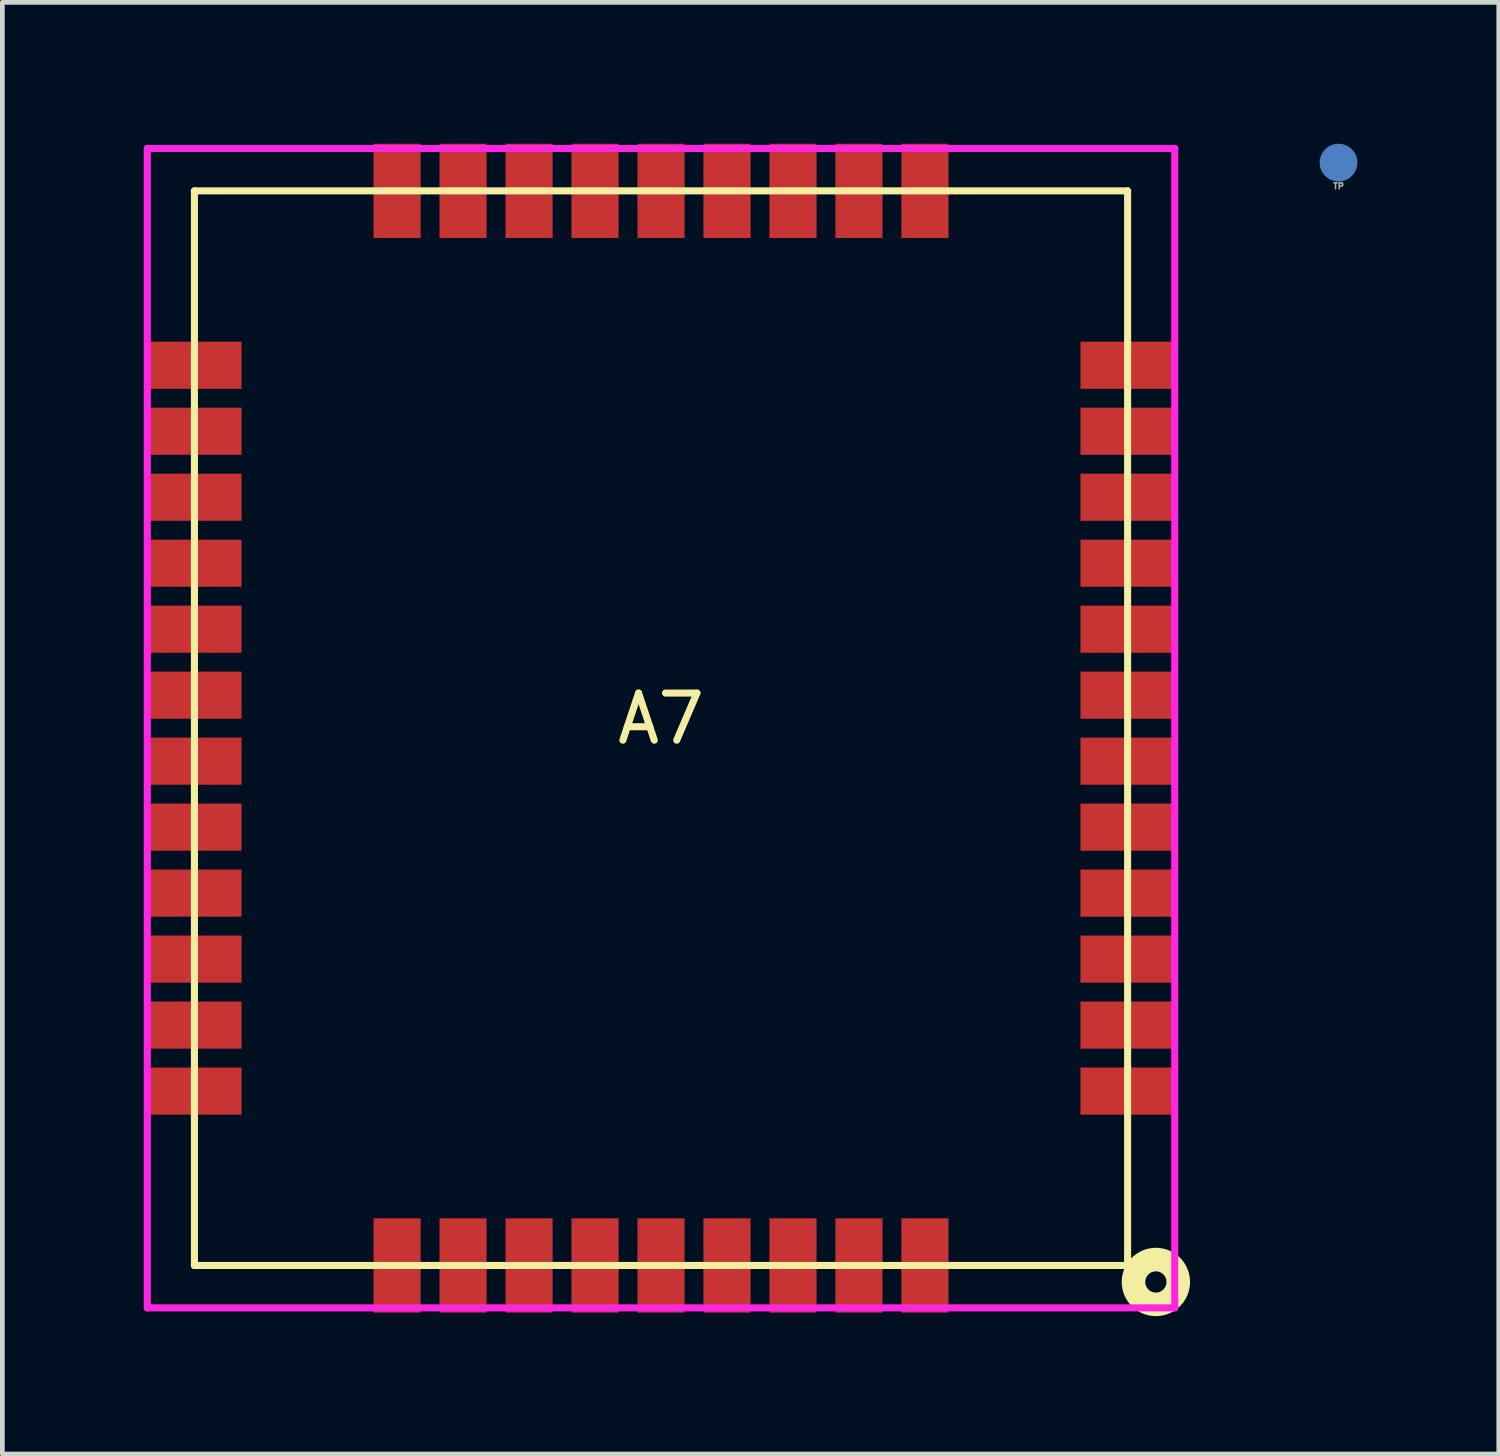
<source format=kicad_pcb>
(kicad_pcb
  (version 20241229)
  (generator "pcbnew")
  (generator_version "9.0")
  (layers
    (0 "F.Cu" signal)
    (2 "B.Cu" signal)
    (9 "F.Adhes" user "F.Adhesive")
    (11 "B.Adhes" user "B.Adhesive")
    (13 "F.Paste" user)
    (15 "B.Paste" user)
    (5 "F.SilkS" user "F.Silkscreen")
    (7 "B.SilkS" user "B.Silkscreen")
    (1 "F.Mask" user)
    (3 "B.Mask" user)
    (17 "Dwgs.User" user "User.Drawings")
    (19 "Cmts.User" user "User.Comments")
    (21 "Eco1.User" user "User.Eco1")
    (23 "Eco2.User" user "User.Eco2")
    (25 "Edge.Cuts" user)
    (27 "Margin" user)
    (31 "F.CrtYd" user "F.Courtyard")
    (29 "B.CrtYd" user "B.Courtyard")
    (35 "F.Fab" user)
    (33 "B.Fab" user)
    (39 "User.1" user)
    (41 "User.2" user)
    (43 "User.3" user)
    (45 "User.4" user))
  (footprint "A7"
    (layer "F.Cu")
    (at 10.975 12.4)
    (property "Reference" "A7" (at 0 -0.2 0) (layer "F.SilkS") (effects (font (size 1 1) (thickness 0.15))))
    (attr through_hole)
    (fp_line (start -9.9 -11.4) (end 9.9 -11.4) (stroke (width 0.15) (type solid)) (layer "F.SilkS"))
    (fp_line (start -9.9 11.4) (end -9.9 -11.4) (stroke (width 0.15) (type solid)) (layer "F.SilkS"))
    (fp_line (start 9.9 -11.4) (end 9.9 11.4) (stroke (width 0.15) (type solid)) (layer "F.SilkS"))
    (fp_line (start 9.9 11.4) (end -9.9 11.4) (stroke (width 0.15) (type solid)) (layer "F.SilkS"))
    (fp_circle (center 10.5 11.75) (end 10.725 11.75) (stroke (width 0.5) (type solid)) (fill no) (layer "F.SilkS"))
    (fp_line (start -10.9 -12.3) (end -10.9 12.3) (stroke (width 0.15) (type solid)) (layer "F.CrtYd"))
    (fp_line (start -10.9 12.3) (end 10.9 12.3) (stroke (width 0.15) (type solid)) (layer "F.CrtYd"))
    (fp_line (start 10.9 -12.3) (end -10.9 -12.3) (stroke (width 0.15) (type solid)) (layer "F.CrtYd"))
    (fp_line (start 10.9 12.3) (end 10.9 -12.3) (stroke (width 0.15) (type solid)) (layer "F.CrtYd"))
    (pad "1" smd rect (at -9.9 -7.7) (size 2 1) (layers "F.Cu" "F.Mask" "F.Paste"))
    (pad "2" smd rect (at -9.9 -6.3) (size 2 1) (layers "F.Cu" "F.Mask" "F.Paste"))
    (pad "3" smd rect (at -9.9 -4.9) (size 2 1) (layers "F.Cu" "F.Mask" "F.Paste"))
    (pad "4" smd rect (at -9.9 -3.5) (size 2 1) (layers "F.Cu" "F.Mask" "F.Paste"))
    (pad "5" smd rect (at -9.9 -2.1) (size 2 1) (layers "F.Cu" "F.Mask" "F.Paste"))
    (pad "6" smd rect (at -9.9 -0.7) (size 2 1) (layers "F.Cu" "F.Mask" "F.Paste"))
    (pad "7" smd rect (at -9.9 0.7) (size 2 1) (layers "F.Cu" "F.Mask" "F.Paste"))
    (pad "8" smd rect (at -9.9 2.1) (size 2 1) (layers "F.Cu" "F.Mask" "F.Paste"))
    (pad "9" smd rect (at -9.9 3.5) (size 2 1) (layers "F.Cu" "F.Mask" "F.Paste"))
    (pad "10" smd rect (at -9.9 4.9) (size 2 1) (layers "F.Cu" "F.Mask" "F.Paste"))
    (pad "11" smd rect (at -9.9 6.3) (size 2 1) (layers "F.Cu" "F.Mask" "F.Paste"))
    (pad "12" smd rect (at -9.9 7.7) (size 2 1) (layers "F.Cu" "F.Mask" "F.Paste"))
    (pad "13" smd rect (at -5.6 11.4) (size 1 2) (layers "F.Cu" "F.Mask" "F.Paste"))
    (pad "14" smd rect (at -4.2 11.4) (size 1 2) (layers "F.Cu" "F.Mask" "F.Paste"))
    (pad "15" smd rect (at -2.8 11.4) (size 1 2) (layers "F.Cu" "F.Mask" "F.Paste"))
    (pad "16" smd rect (at -1.4 11.4) (size 1 2) (layers "F.Cu" "F.Mask" "F.Paste"))
    (pad "17" smd rect (at 0 11.4) (size 1 2) (layers "F.Cu" "F.Mask" "F.Paste"))
    (pad "18" smd rect (at 1.4 11.4) (size 1 2) (layers "F.Cu" "F.Mask" "F.Paste"))
    (pad "19" smd rect (at 2.8 11.4) (size 1 2) (layers "F.Cu" "F.Mask" "F.Paste"))
    (pad "20" smd rect (at 4.2 11.4) (size 1 2) (layers "F.Cu" "F.Mask" "F.Paste"))
    (pad "21" smd rect (at 5.6 11.4) (size 1 2) (layers "F.Cu" "F.Mask" "F.Paste"))
    (pad "22" smd rect (at 9.9 7.7) (size 2 1) (layers "F.Cu" "F.Mask" "F.Paste"))
    (pad "23" smd rect (at 9.9 6.3) (size 2 1) (layers "F.Cu" "F.Mask" "F.Paste"))
    (pad "24" smd rect (at 9.9 4.9) (size 2 1) (layers "F.Cu" "F.Mask" "F.Paste"))
    (pad "25" smd rect (at 9.9 3.5) (size 2 1) (layers "F.Cu" "F.Mask" "F.Paste"))
    (pad "26" smd rect (at 9.9 2.1) (size 2 1) (layers "F.Cu" "F.Mask" "F.Paste"))
    (pad "27" smd rect (at 9.9 0.7) (size 2 1) (layers "F.Cu" "F.Mask" "F.Paste"))
    (pad "28" smd rect (at 9.9 -0.7) (size 2 1) (layers "F.Cu" "F.Mask" "F.Paste"))
    (pad "29" smd rect (at 9.9 -2.1) (size 2 1) (layers "F.Cu" "F.Mask" "F.Paste"))
    (pad "30" smd rect (at 9.9 -3.5) (size 2 1) (layers "F.Cu" "F.Mask" "F.Paste"))
    (pad "31" smd rect (at 9.9 -4.9) (size 2 1) (layers "F.Cu" "F.Mask" "F.Paste"))
    (pad "32" smd rect (at 9.9 -6.3) (size 2 1) (layers "F.Cu" "F.Mask" "F.Paste"))
    (pad "33" smd rect (at 9.9 -7.7) (size 2 1) (layers "F.Cu" "F.Mask" "F.Paste"))
    (pad "34" smd rect (at 5.6 -11.4) (size 1 2) (layers "F.Cu" "F.Mask" "F.Paste"))
    (pad "35" smd rect (at 4.2 -11.4) (size 1 2) (layers "F.Cu" "F.Mask" "F.Paste"))
    (pad "36" smd rect (at 2.8 -11.4) (size 1 2) (layers "F.Cu" "F.Mask" "F.Paste"))
    (pad "37" smd rect (at 1.4 -11.4) (size 1 2) (layers "F.Cu" "F.Mask" "F.Paste"))
    (pad "38" smd rect (at 0 -11.4) (size 1 2) (layers "F.Cu" "F.Mask" "F.Paste"))
    (pad "39" smd rect (at -1.4 -11.4) (size 1 2) (layers "F.Cu" "F.Mask" "F.Paste"))
    (pad "40" smd rect (at -2.8 -11.4) (size 1 2) (layers "F.Cu" "F.Mask" "F.Paste"))
    (pad "41" smd rect (at -4.2 -11.4) (size 1 2) (layers "F.Cu" "F.Mask" "F.Paste"))
    (pad "42" smd rect (at -5.6 -11.4) (size 1 2) (layers "F.Cu" "F.Mask" "F.Paste")))
  (footprint "TP"
    (layer "F.Cu")
    (at 25.35 0.4)
    (property "Reference" "TP" (at 0 0.5 0) (layer "F.Fab") (effects (font (size 0.127 0.127) (thickness 0.032))))
    (attr through_hole)
    (pad "1" smd circle (at 0 0) (size 0.8 0.8) (layers "B.Cu" "B.Mask")))
  (gr_rect
    (start -3 -3)
    (end 28.75 27.8)
    (stroke (width 0.1) (type default))
    (fill no)
    (layer "Edge.Cuts")))
</source>
